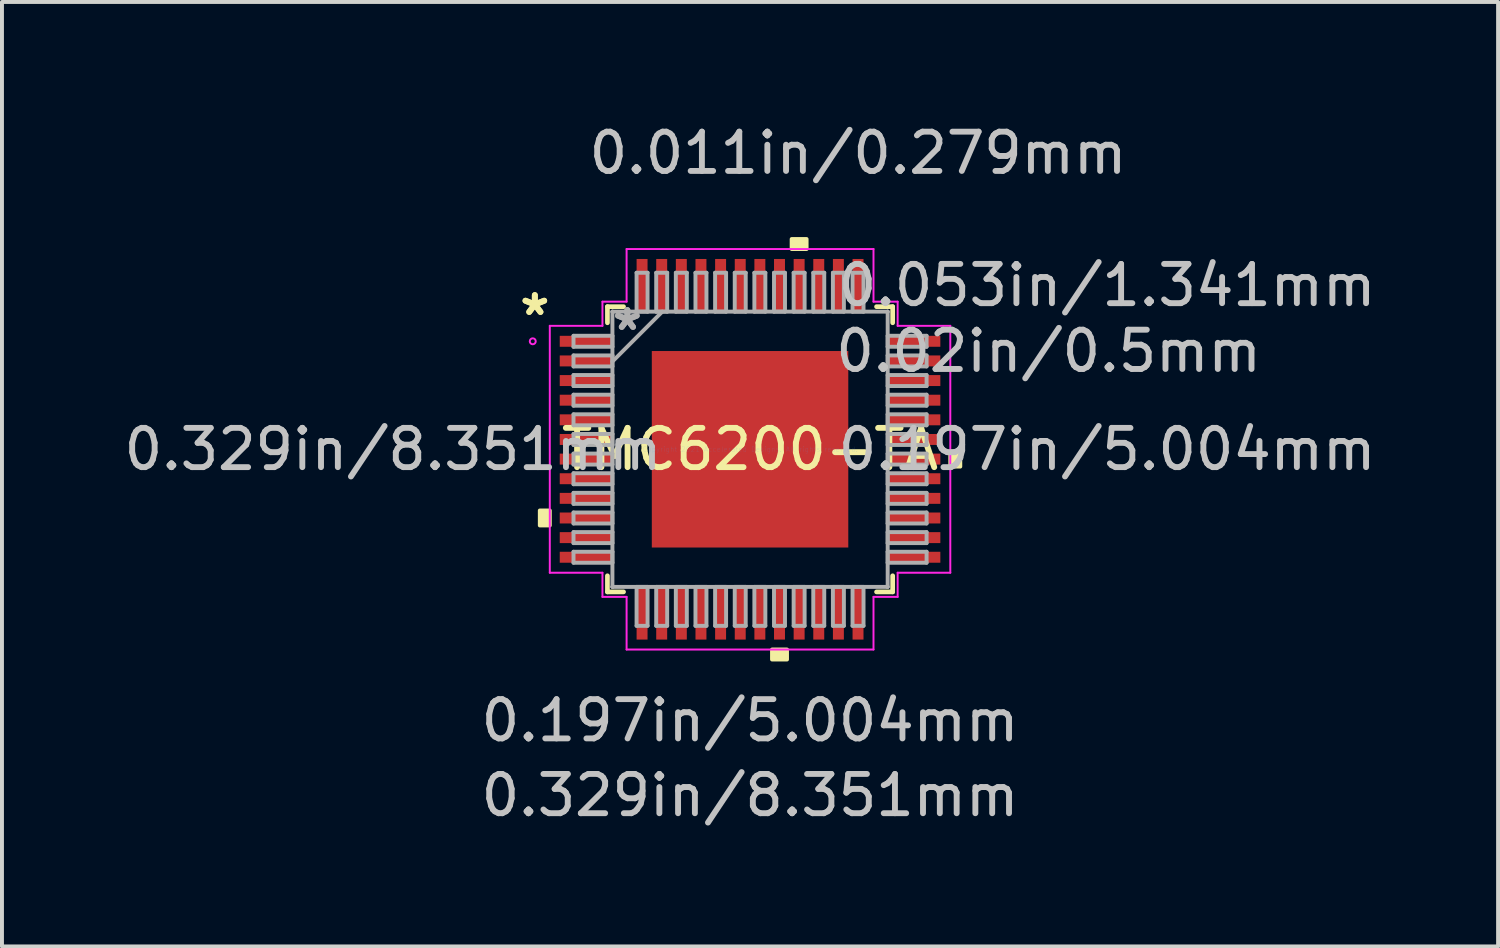
<source format=kicad_pcb>
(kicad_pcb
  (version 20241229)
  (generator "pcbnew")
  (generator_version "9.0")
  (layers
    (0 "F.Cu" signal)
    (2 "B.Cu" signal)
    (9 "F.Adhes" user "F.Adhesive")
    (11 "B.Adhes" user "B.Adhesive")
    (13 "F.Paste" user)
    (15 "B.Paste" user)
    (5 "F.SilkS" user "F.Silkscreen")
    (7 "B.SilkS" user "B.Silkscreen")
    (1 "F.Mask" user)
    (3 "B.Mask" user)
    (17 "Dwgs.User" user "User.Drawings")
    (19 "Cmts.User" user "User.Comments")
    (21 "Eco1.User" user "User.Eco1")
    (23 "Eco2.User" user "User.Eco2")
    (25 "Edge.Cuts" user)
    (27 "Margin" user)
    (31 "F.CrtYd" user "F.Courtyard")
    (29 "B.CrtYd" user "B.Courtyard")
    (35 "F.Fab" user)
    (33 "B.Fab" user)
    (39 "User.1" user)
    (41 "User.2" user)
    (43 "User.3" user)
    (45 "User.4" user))
  (footprint "TMC6200-TA"
    (layer "F.Cu")
    (at 16.052 8.392)
    (property "Reference" "TMC6200-TA" (at 0 0 0) (layer "F.SilkS") (effects (font (size 1 1) (thickness 0.15))))
    (attr through_hole)
    (fp_line (start -3.632 -3.632) (end -3.632 -3.222) (stroke (width 0.12) (type solid)) (layer "F.SilkS"))
    (fp_line (start -3.632 3.222) (end -3.632 3.632) (stroke (width 0.12) (type solid)) (layer "F.SilkS"))
    (fp_line (start -3.632 3.632) (end -3.222 3.632) (stroke (width 0.12) (type solid)) (layer "F.SilkS"))
    (fp_line (start -3.222 -3.632) (end -3.632 -3.632) (stroke (width 0.12) (type solid)) (layer "F.SilkS"))
    (fp_line (start 3.222 3.632) (end 3.632 3.632) (stroke (width 0.12) (type solid)) (layer "F.SilkS"))
    (fp_line (start 3.632 -3.632) (end 3.222 -3.632) (stroke (width 0.12) (type solid)) (layer "F.SilkS"))
    (fp_line (start 3.632 -3.222) (end 3.632 -3.632) (stroke (width 0.12) (type solid)) (layer "F.SilkS"))
    (fp_line (start 3.632 3.632) (end 3.632 3.222) (stroke (width 0.12) (type solid)) (layer "F.SilkS"))
    (fp_poly (pts (xy -5.354 1.559) (xy -5.354 1.94) (xy -5.1 1.94) (xy -5.1 1.559)) (stroke (width 0.1) (type solid)) (fill yes) (layer "F.SilkS"))
    (fp_poly (pts (xy 0.56 5.1) (xy 0.56 5.354) (xy 0.941 5.354) (xy 0.941 5.1)) (stroke (width 0.1) (type solid)) (fill yes) (layer "F.SilkS"))
    (fp_poly (pts (xy 1.06 -5.1) (xy 1.06 -5.354) (xy 1.44 -5.354) (xy 1.44 -5.1)) (stroke (width 0.1) (type solid)) (fill yes) (layer "F.SilkS"))
    (fp_poly (pts (xy 5.354 0.059) (xy 5.354 0.441) (xy 5.1 0.441) (xy 5.1 0.059)) (stroke (width 0.1) (type solid)) (fill yes) (layer "F.SilkS"))
    (fp_poly (pts (xy -2.402 -2.402) (xy -2.402 -0.934) (xy -0.934 -0.934) (xy -0.934 -2.402)) (stroke (width 0.1) (type solid)) (fill yes) (layer "F.Paste"))
    (fp_poly (pts (xy -2.402 -0.734) (xy -2.402 0.734) (xy -0.934 0.734) (xy -0.934 -0.734)) (stroke (width 0.1) (type solid)) (fill yes) (layer "F.Paste"))
    (fp_poly (pts (xy -2.402 0.934) (xy -2.402 2.402) (xy -0.934 2.402) (xy -0.934 0.934)) (stroke (width 0.1) (type solid)) (fill yes) (layer "F.Paste"))
    (fp_poly (pts (xy -0.734 -2.402) (xy -0.734 -0.934) (xy 0.734 -0.934) (xy 0.734 -2.402)) (stroke (width 0.1) (type solid)) (fill yes) (layer "F.Paste"))
    (fp_poly (pts (xy -0.734 -0.734) (xy -0.734 0.734) (xy 0.734 0.734) (xy 0.734 -0.734)) (stroke (width 0.1) (type solid)) (fill yes) (layer "F.Paste"))
    (fp_poly (pts (xy -0.734 0.934) (xy -0.734 2.402) (xy 0.734 2.402) (xy 0.734 0.934)) (stroke (width 0.1) (type solid)) (fill yes) (layer "F.Paste"))
    (fp_poly (pts (xy 0.934 -2.402) (xy 0.934 -0.934) (xy 2.402 -0.934) (xy 2.402 -2.402)) (stroke (width 0.1) (type solid)) (fill yes) (layer "F.Paste"))
    (fp_poly (pts (xy 0.934 -0.734) (xy 0.934 0.734) (xy 2.402 0.734) (xy 2.402 -0.734)) (stroke (width 0.1) (type solid)) (fill yes) (layer "F.Paste"))
    (fp_poly (pts (xy 0.934 0.934) (xy 0.934 2.402) (xy 2.402 2.402) (xy 2.402 0.934)) (stroke (width 0.1) (type solid)) (fill yes) (layer "F.Paste"))
    (fp_line (start -5.1 -3.144) (end -3.759 -3.144) (stroke (width 0.05) (type solid)) (layer "F.CrtYd"))
    (fp_line (start -5.1 3.144) (end -5.1 -3.144) (stroke (width 0.05) (type solid)) (layer "F.CrtYd"))
    (fp_line (start -3.759 -3.759) (end -3.144 -3.759) (stroke (width 0.05) (type solid)) (layer "F.CrtYd"))
    (fp_line (start -3.759 -3.144) (end -3.759 -3.759) (stroke (width 0.05) (type solid)) (layer "F.CrtYd"))
    (fp_line (start -3.759 3.144) (end -5.1 3.144) (stroke (width 0.05) (type solid)) (layer "F.CrtYd"))
    (fp_line (start -3.759 3.759) (end -3.759 3.144) (stroke (width 0.05) (type solid)) (layer "F.CrtYd"))
    (fp_line (start -3.144 -5.1) (end 3.144 -5.1) (stroke (width 0.05) (type solid)) (layer "F.CrtYd"))
    (fp_line (start -3.144 -3.759) (end -3.144 -5.1) (stroke (width 0.05) (type solid)) (layer "F.CrtYd"))
    (fp_line (start -3.144 3.759) (end -3.759 3.759) (stroke (width 0.05) (type solid)) (layer "F.CrtYd"))
    (fp_line (start -3.144 5.1) (end -3.144 3.759) (stroke (width 0.05) (type solid)) (layer "F.CrtYd"))
    (fp_line (start 3.144 -5.1) (end 3.144 -3.759) (stroke (width 0.05) (type solid)) (layer "F.CrtYd"))
    (fp_line (start 3.144 -3.759) (end 3.759 -3.759) (stroke (width 0.05) (type solid)) (layer "F.CrtYd"))
    (fp_line (start 3.144 3.759) (end 3.144 5.1) (stroke (width 0.05) (type solid)) (layer "F.CrtYd"))
    (fp_line (start 3.144 5.1) (end -3.144 5.1) (stroke (width 0.05) (type solid)) (layer "F.CrtYd"))
    (fp_line (start 3.759 -3.759) (end 3.759 -3.144) (stroke (width 0.05) (type solid)) (layer "F.CrtYd"))
    (fp_line (start 3.759 -3.144) (end 5.1 -3.144) (stroke (width 0.05) (type solid)) (layer "F.CrtYd"))
    (fp_line (start 3.759 3.144) (end 3.759 3.759) (stroke (width 0.05) (type solid)) (layer "F.CrtYd"))
    (fp_line (start 3.759 3.759) (end 3.144 3.759) (stroke (width 0.05) (type solid)) (layer "F.CrtYd"))
    (fp_line (start 5.1 -3.144) (end 5.1 3.144) (stroke (width 0.05) (type solid)) (layer "F.CrtYd"))
    (fp_line (start 5.1 3.144) (end 3.759 3.144) (stroke (width 0.05) (type solid)) (layer "F.CrtYd"))
    (fp_circle (center -5.534 -2.75) (end -5.458 -2.75) (stroke (width 0.05) (type solid)) (fill no) (layer "F.CrtYd"))
    (fp_line (start -4.496 -2.89) (end -4.496 -2.61) (stroke (width 0.1) (type solid)) (layer "F.Fab"))
    (fp_line (start -4.496 -2.61) (end -3.505 -2.61) (stroke (width 0.1) (type solid)) (layer "F.Fab"))
    (fp_line (start -4.496 -2.39) (end -4.496 -2.11) (stroke (width 0.1) (type solid)) (layer "F.Fab"))
    (fp_line (start -4.496 -2.11) (end -3.505 -2.11) (stroke (width 0.1) (type solid)) (layer "F.Fab"))
    (fp_line (start -4.496 -1.89) (end -4.496 -1.61) (stroke (width 0.1) (type solid)) (layer "F.Fab"))
    (fp_line (start -4.496 -1.61) (end -3.505 -1.61) (stroke (width 0.1) (type solid)) (layer "F.Fab"))
    (fp_line (start -4.496 -1.39) (end -4.496 -1.11) (stroke (width 0.1) (type solid)) (layer "F.Fab"))
    (fp_line (start -4.496 -1.11) (end -3.505 -1.11) (stroke (width 0.1) (type solid)) (layer "F.Fab"))
    (fp_line (start -4.496 -0.89) (end -4.496 -0.61) (stroke (width 0.1) (type solid)) (layer "F.Fab"))
    (fp_line (start -4.496 -0.61) (end -3.505 -0.61) (stroke (width 0.1) (type solid)) (layer "F.Fab"))
    (fp_line (start -4.496 -0.39) (end -4.496 -0.11) (stroke (width 0.1) (type solid)) (layer "F.Fab"))
    (fp_line (start -4.496 -0.11) (end -3.505 -0.11) (stroke (width 0.1) (type solid)) (layer "F.Fab"))
    (fp_line (start -4.496 0.11) (end -4.496 0.39) (stroke (width 0.1) (type solid)) (layer "F.Fab"))
    (fp_line (start -4.496 0.39) (end -3.505 0.39) (stroke (width 0.1) (type solid)) (layer "F.Fab"))
    (fp_line (start -4.496 0.61) (end -4.496 0.89) (stroke (width 0.1) (type solid)) (layer "F.Fab"))
    (fp_line (start -4.496 0.89) (end -3.505 0.89) (stroke (width 0.1) (type solid)) (layer "F.Fab"))
    (fp_line (start -4.496 1.11) (end -4.496 1.39) (stroke (width 0.1) (type solid)) (layer "F.Fab"))
    (fp_line (start -4.496 1.39) (end -3.505 1.39) (stroke (width 0.1) (type solid)) (layer "F.Fab"))
    (fp_line (start -4.496 1.61) (end -4.496 1.89) (stroke (width 0.1) (type solid)) (layer "F.Fab"))
    (fp_line (start -4.496 1.89) (end -3.505 1.89) (stroke (width 0.1) (type solid)) (layer "F.Fab"))
    (fp_line (start -4.496 2.11) (end -4.496 2.39) (stroke (width 0.1) (type solid)) (layer "F.Fab"))
    (fp_line (start -4.496 2.39) (end -3.505 2.39) (stroke (width 0.1) (type solid)) (layer "F.Fab"))
    (fp_line (start -4.496 2.61) (end -4.496 2.89) (stroke (width 0.1) (type solid)) (layer "F.Fab"))
    (fp_line (start -4.496 2.89) (end -3.505 2.89) (stroke (width 0.1) (type solid)) (layer "F.Fab"))
    (fp_line (start -3.505 -3.505) (end -3.505 -3.505) (stroke (width 0.1) (type solid)) (layer "F.Fab"))
    (fp_line (start -3.505 -3.505) (end -3.505 3.505) (stroke (width 0.1) (type solid)) (layer "F.Fab"))
    (fp_line (start -3.505 -2.89) (end -4.496 -2.89) (stroke (width 0.1) (type solid)) (layer "F.Fab"))
    (fp_line (start -3.505 -2.61) (end -3.505 -2.89) (stroke (width 0.1) (type solid)) (layer "F.Fab"))
    (fp_line (start -3.505 -2.39) (end -4.496 -2.39) (stroke (width 0.1) (type solid)) (layer "F.Fab"))
    (fp_line (start -3.505 -2.235) (end -2.235 -3.505) (stroke (width 0.1) (type solid)) (layer "F.Fab"))
    (fp_line (start -3.505 -2.11) (end -3.505 -2.39) (stroke (width 0.1) (type solid)) (layer "F.Fab"))
    (fp_line (start -3.505 -1.89) (end -4.496 -1.89) (stroke (width 0.1) (type solid)) (layer "F.Fab"))
    (fp_line (start -3.505 -1.61) (end -3.505 -1.89) (stroke (width 0.1) (type solid)) (layer "F.Fab"))
    (fp_line (start -3.505 -1.39) (end -4.496 -1.39) (stroke (width 0.1) (type solid)) (layer "F.Fab"))
    (fp_line (start -3.505 -1.11) (end -3.505 -1.39) (stroke (width 0.1) (type solid)) (layer "F.Fab"))
    (fp_line (start -3.505 -0.89) (end -4.496 -0.89) (stroke (width 0.1) (type solid)) (layer "F.Fab"))
    (fp_line (start -3.505 -0.61) (end -3.505 -0.89) (stroke (width 0.1) (type solid)) (layer "F.Fab"))
    (fp_line (start -3.505 -0.39) (end -4.496 -0.39) (stroke (width 0.1) (type solid)) (layer "F.Fab"))
    (fp_line (start -3.505 -0.11) (end -3.505 -0.39) (stroke (width 0.1) (type solid)) (layer "F.Fab"))
    (fp_line (start -3.505 0.11) (end -4.496 0.11) (stroke (width 0.1) (type solid)) (layer "F.Fab"))
    (fp_line (start -3.505 0.39) (end -3.505 0.11) (stroke (width 0.1) (type solid)) (layer "F.Fab"))
    (fp_line (start -3.505 0.61) (end -4.496 0.61) (stroke (width 0.1) (type solid)) (layer "F.Fab"))
    (fp_line (start -3.505 0.89) (end -3.505 0.61) (stroke (width 0.1) (type solid)) (layer "F.Fab"))
    (fp_line (start -3.505 1.11) (end -4.496 1.11) (stroke (width 0.1) (type solid)) (layer "F.Fab"))
    (fp_line (start -3.505 1.39) (end -3.505 1.11) (stroke (width 0.1) (type solid)) (layer "F.Fab"))
    (fp_line (start -3.505 1.61) (end -4.496 1.61) (stroke (width 0.1) (type solid)) (layer "F.Fab"))
    (fp_line (start -3.505 1.89) (end -3.505 1.61) (stroke (width 0.1) (type solid)) (layer "F.Fab"))
    (fp_line (start -3.505 2.11) (end -4.496 2.11) (stroke (width 0.1) (type solid)) (layer "F.Fab"))
    (fp_line (start -3.505 2.39) (end -3.505 2.11) (stroke (width 0.1) (type solid)) (layer "F.Fab"))
    (fp_line (start -3.505 2.61) (end -4.496 2.61) (stroke (width 0.1) (type solid)) (layer "F.Fab"))
    (fp_line (start -3.505 2.89) (end -3.505 2.61) (stroke (width 0.1) (type solid)) (layer "F.Fab"))
    (fp_line (start -3.505 3.505) (end -3.505 3.505) (stroke (width 0.1) (type solid)) (layer "F.Fab"))
    (fp_line (start -3.505 3.505) (end 3.505 3.505) (stroke (width 0.1) (type solid)) (layer "F.Fab"))
    (fp_line (start -2.89 -4.496) (end -2.89 -3.505) (stroke (width 0.1) (type solid)) (layer "F.Fab"))
    (fp_line (start -2.89 -3.505) (end -2.61 -3.505) (stroke (width 0.1) (type solid)) (layer "F.Fab"))
    (fp_line (start -2.89 3.505) (end -2.89 4.496) (stroke (width 0.1) (type solid)) (layer "F.Fab"))
    (fp_line (start -2.89 4.496) (end -2.61 4.496) (stroke (width 0.1) (type solid)) (layer "F.Fab"))
    (fp_line (start -2.61 -4.496) (end -2.89 -4.496) (stroke (width 0.1) (type solid)) (layer "F.Fab"))
    (fp_line (start -2.61 -3.505) (end -2.61 -4.496) (stroke (width 0.1) (type solid)) (layer "F.Fab"))
    (fp_line (start -2.61 3.505) (end -2.89 3.505) (stroke (width 0.1) (type solid)) (layer "F.Fab"))
    (fp_line (start -2.61 4.496) (end -2.61 3.505) (stroke (width 0.1) (type solid)) (layer "F.Fab"))
    (fp_line (start -2.39 -4.496) (end -2.39 -3.505) (stroke (width 0.1) (type solid)) (layer "F.Fab"))
    (fp_line (start -2.39 -3.505) (end -2.11 -3.505) (stroke (width 0.1) (type solid)) (layer "F.Fab"))
    (fp_line (start -2.39 3.505) (end -2.39 4.496) (stroke (width 0.1) (type solid)) (layer "F.Fab"))
    (fp_line (start -2.39 4.496) (end -2.11 4.496) (stroke (width 0.1) (type solid)) (layer "F.Fab"))
    (fp_line (start -2.11 -4.496) (end -2.39 -4.496) (stroke (width 0.1) (type solid)) (layer "F.Fab"))
    (fp_line (start -2.11 -3.505) (end -2.11 -4.496) (stroke (width 0.1) (type solid)) (layer "F.Fab"))
    (fp_line (start -2.11 3.505) (end -2.39 3.505) (stroke (width 0.1) (type solid)) (layer "F.Fab"))
    (fp_line (start -2.11 4.496) (end -2.11 3.505) (stroke (width 0.1) (type solid)) (layer "F.Fab"))
    (fp_line (start -1.89 -4.496) (end -1.89 -3.505) (stroke (width 0.1) (type solid)) (layer "F.Fab"))
    (fp_line (start -1.89 -3.505) (end -1.61 -3.505) (stroke (width 0.1) (type solid)) (layer "F.Fab"))
    (fp_line (start -1.89 3.505) (end -1.89 4.496) (stroke (width 0.1) (type solid)) (layer "F.Fab"))
    (fp_line (start -1.89 4.496) (end -1.61 4.496) (stroke (width 0.1) (type solid)) (layer "F.Fab"))
    (fp_line (start -1.61 -4.496) (end -1.89 -4.496) (stroke (width 0.1) (type solid)) (layer "F.Fab"))
    (fp_line (start -1.61 -3.505) (end -1.61 -4.496) (stroke (width 0.1) (type solid)) (layer "F.Fab"))
    (fp_line (start -1.61 3.505) (end -1.89 3.505) (stroke (width 0.1) (type solid)) (layer "F.Fab"))
    (fp_line (start -1.61 4.496) (end -1.61 3.505) (stroke (width 0.1) (type solid)) (layer "F.Fab"))
    (fp_line (start -1.39 -4.496) (end -1.39 -3.505) (stroke (width 0.1) (type solid)) (layer "F.Fab"))
    (fp_line (start -1.39 -3.505) (end -1.11 -3.505) (stroke (width 0.1) (type solid)) (layer "F.Fab"))
    (fp_line (start -1.39 3.505) (end -1.39 4.496) (stroke (width 0.1) (type solid)) (layer "F.Fab"))
    (fp_line (start -1.39 4.496) (end -1.11 4.496) (stroke (width 0.1) (type solid)) (layer "F.Fab"))
    (fp_line (start -1.11 -4.496) (end -1.39 -4.496) (stroke (width 0.1) (type solid)) (layer "F.Fab"))
    (fp_line (start -1.11 -3.505) (end -1.11 -4.496) (stroke (width 0.1) (type solid)) (layer "F.Fab"))
    (fp_line (start -1.11 3.505) (end -1.39 3.505) (stroke (width 0.1) (type solid)) (layer "F.Fab"))
    (fp_line (start -1.11 4.496) (end -1.11 3.505) (stroke (width 0.1) (type solid)) (layer "F.Fab"))
    (fp_line (start -0.89 -4.496) (end -0.89 -3.505) (stroke (width 0.1) (type solid)) (layer "F.Fab"))
    (fp_line (start -0.89 -3.505) (end -0.61 -3.505) (stroke (width 0.1) (type solid)) (layer "F.Fab"))
    (fp_line (start -0.89 3.505) (end -0.89 4.496) (stroke (width 0.1) (type solid)) (layer "F.Fab"))
    (fp_line (start -0.89 4.496) (end -0.61 4.496) (stroke (width 0.1) (type solid)) (layer "F.Fab"))
    (fp_line (start -0.61 -4.496) (end -0.89 -4.496) (stroke (width 0.1) (type solid)) (layer "F.Fab"))
    (fp_line (start -0.61 -3.505) (end -0.61 -4.496) (stroke (width 0.1) (type solid)) (layer "F.Fab"))
    (fp_line (start -0.61 3.505) (end -0.89 3.505) (stroke (width 0.1) (type solid)) (layer "F.Fab"))
    (fp_line (start -0.61 4.496) (end -0.61 3.505) (stroke (width 0.1) (type solid)) (layer "F.Fab"))
    (fp_line (start -0.39 -4.496) (end -0.39 -3.505) (stroke (width 0.1) (type solid)) (layer "F.Fab"))
    (fp_line (start -0.39 -3.505) (end -0.11 -3.505) (stroke (width 0.1) (type solid)) (layer "F.Fab"))
    (fp_line (start -0.39 3.505) (end -0.39 4.496) (stroke (width 0.1) (type solid)) (layer "F.Fab"))
    (fp_line (start -0.39 4.496) (end -0.11 4.496) (stroke (width 0.1) (type solid)) (layer "F.Fab"))
    (fp_line (start -0.11 -4.496) (end -0.39 -4.496) (stroke (width 0.1) (type solid)) (layer "F.Fab"))
    (fp_line (start -0.11 -3.505) (end -0.11 -4.496) (stroke (width 0.1) (type solid)) (layer "F.Fab"))
    (fp_line (start -0.11 3.505) (end -0.39 3.505) (stroke (width 0.1) (type solid)) (layer "F.Fab"))
    (fp_line (start -0.11 4.496) (end -0.11 3.505) (stroke (width 0.1) (type solid)) (layer "F.Fab"))
    (fp_line (start 0.11 -4.496) (end 0.11 -3.505) (stroke (width 0.1) (type solid)) (layer "F.Fab"))
    (fp_line (start 0.11 -3.505) (end 0.39 -3.505) (stroke (width 0.1) (type solid)) (layer "F.Fab"))
    (fp_line (start 0.11 3.505) (end 0.11 4.496) (stroke (width 0.1) (type solid)) (layer "F.Fab"))
    (fp_line (start 0.11 4.496) (end 0.39 4.496) (stroke (width 0.1) (type solid)) (layer "F.Fab"))
    (fp_line (start 0.39 -4.496) (end 0.11 -4.496) (stroke (width 0.1) (type solid)) (layer "F.Fab"))
    (fp_line (start 0.39 -3.505) (end 0.39 -4.496) (stroke (width 0.1) (type solid)) (layer "F.Fab"))
    (fp_line (start 0.39 3.505) (end 0.11 3.505) (stroke (width 0.1) (type solid)) (layer "F.Fab"))
    (fp_line (start 0.39 4.496) (end 0.39 3.505) (stroke (width 0.1) (type solid)) (layer "F.Fab"))
    (fp_line (start 0.61 -4.496) (end 0.61 -3.505) (stroke (width 0.1) (type solid)) (layer "F.Fab"))
    (fp_line (start 0.61 -3.505) (end 0.89 -3.505) (stroke (width 0.1) (type solid)) (layer "F.Fab"))
    (fp_line (start 0.61 3.505) (end 0.61 4.496) (stroke (width 0.1) (type solid)) (layer "F.Fab"))
    (fp_line (start 0.61 4.496) (end 0.89 4.496) (stroke (width 0.1) (type solid)) (layer "F.Fab"))
    (fp_line (start 0.89 -4.496) (end 0.61 -4.496) (stroke (width 0.1) (type solid)) (layer "F.Fab"))
    (fp_line (start 0.89 -3.505) (end 0.89 -4.496) (stroke (width 0.1) (type solid)) (layer "F.Fab"))
    (fp_line (start 0.89 3.505) (end 0.61 3.505) (stroke (width 0.1) (type solid)) (layer "F.Fab"))
    (fp_line (start 0.89 4.496) (end 0.89 3.505) (stroke (width 0.1) (type solid)) (layer "F.Fab"))
    (fp_line (start 1.11 -4.496) (end 1.11 -3.505) (stroke (width 0.1) (type solid)) (layer "F.Fab"))
    (fp_line (start 1.11 -3.505) (end 1.39 -3.505) (stroke (width 0.1) (type solid)) (layer "F.Fab"))
    (fp_line (start 1.11 3.505) (end 1.11 4.496) (stroke (width 0.1) (type solid)) (layer "F.Fab"))
    (fp_line (start 1.11 4.496) (end 1.39 4.496) (stroke (width 0.1) (type solid)) (layer "F.Fab"))
    (fp_line (start 1.39 -4.496) (end 1.11 -4.496) (stroke (width 0.1) (type solid)) (layer "F.Fab"))
    (fp_line (start 1.39 -3.505) (end 1.39 -4.496) (stroke (width 0.1) (type solid)) (layer "F.Fab"))
    (fp_line (start 1.39 3.505) (end 1.11 3.505) (stroke (width 0.1) (type solid)) (layer "F.Fab"))
    (fp_line (start 1.39 4.496) (end 1.39 3.505) (stroke (width 0.1) (type solid)) (layer "F.Fab"))
    (fp_line (start 1.61 -4.496) (end 1.61 -3.505) (stroke (width 0.1) (type solid)) (layer "F.Fab"))
    (fp_line (start 1.61 -3.505) (end 1.89 -3.505) (stroke (width 0.1) (type solid)) (layer "F.Fab"))
    (fp_line (start 1.61 3.505) (end 1.61 4.496) (stroke (width 0.1) (type solid)) (layer "F.Fab"))
    (fp_line (start 1.61 4.496) (end 1.89 4.496) (stroke (width 0.1) (type solid)) (layer "F.Fab"))
    (fp_line (start 1.89 -4.496) (end 1.61 -4.496) (stroke (width 0.1) (type solid)) (layer "F.Fab"))
    (fp_line (start 1.89 -3.505) (end 1.89 -4.496) (stroke (width 0.1) (type solid)) (layer "F.Fab"))
    (fp_line (start 1.89 3.505) (end 1.61 3.505) (stroke (width 0.1) (type solid)) (layer "F.Fab"))
    (fp_line (start 1.89 4.496) (end 1.89 3.505) (stroke (width 0.1) (type solid)) (layer "F.Fab"))
    (fp_line (start 2.11 -4.496) (end 2.11 -3.505) (stroke (width 0.1) (type solid)) (layer "F.Fab"))
    (fp_line (start 2.11 -3.505) (end 2.39 -3.505) (stroke (width 0.1) (type solid)) (layer "F.Fab"))
    (fp_line (start 2.11 3.505) (end 2.11 4.496) (stroke (width 0.1) (type solid)) (layer "F.Fab"))
    (fp_line (start 2.11 4.496) (end 2.39 4.496) (stroke (width 0.1) (type solid)) (layer "F.Fab"))
    (fp_line (start 2.39 -4.496) (end 2.11 -4.496) (stroke (width 0.1) (type solid)) (layer "F.Fab"))
    (fp_line (start 2.39 -3.505) (end 2.39 -4.496) (stroke (width 0.1) (type solid)) (layer "F.Fab"))
    (fp_line (start 2.39 3.505) (end 2.11 3.505) (stroke (width 0.1) (type solid)) (layer "F.Fab"))
    (fp_line (start 2.39 4.496) (end 2.39 3.505) (stroke (width 0.1) (type solid)) (layer "F.Fab"))
    (fp_line (start 2.61 -4.496) (end 2.61 -3.505) (stroke (width 0.1) (type solid)) (layer "F.Fab"))
    (fp_line (start 2.61 -3.505) (end 2.89 -3.505) (stroke (width 0.1) (type solid)) (layer "F.Fab"))
    (fp_line (start 2.61 3.505) (end 2.61 4.496) (stroke (width 0.1) (type solid)) (layer "F.Fab"))
    (fp_line (start 2.61 4.496) (end 2.89 4.496) (stroke (width 0.1) (type solid)) (layer "F.Fab"))
    (fp_line (start 2.89 -4.496) (end 2.61 -4.496) (stroke (width 0.1) (type solid)) (layer "F.Fab"))
    (fp_line (start 2.89 -3.505) (end 2.89 -4.496) (stroke (width 0.1) (type solid)) (layer "F.Fab"))
    (fp_line (start 2.89 3.505) (end 2.61 3.505) (stroke (width 0.1) (type solid)) (layer "F.Fab"))
    (fp_line (start 2.89 4.496) (end 2.89 3.505) (stroke (width 0.1) (type solid)) (layer "F.Fab"))
    (fp_line (start 3.505 -3.505) (end -3.505 -3.505) (stroke (width 0.1) (type solid)) (layer "F.Fab"))
    (fp_line (start 3.505 -3.505) (end 3.505 -3.505) (stroke (width 0.1) (type solid)) (layer "F.Fab"))
    (fp_line (start 3.505 -2.89) (end 3.505 -2.61) (stroke (width 0.1) (type solid)) (layer "F.Fab"))
    (fp_line (start 3.505 -2.61) (end 4.496 -2.61) (stroke (width 0.1) (type solid)) (layer "F.Fab"))
    (fp_line (start 3.505 -2.39) (end 3.505 -2.11) (stroke (width 0.1) (type solid)) (layer "F.Fab"))
    (fp_line (start 3.505 -2.11) (end 4.496 -2.11) (stroke (width 0.1) (type solid)) (layer "F.Fab"))
    (fp_line (start 3.505 -1.89) (end 3.505 -1.61) (stroke (width 0.1) (type solid)) (layer "F.Fab"))
    (fp_line (start 3.505 -1.61) (end 4.496 -1.61) (stroke (width 0.1) (type solid)) (layer "F.Fab"))
    (fp_line (start 3.505 -1.39) (end 3.505 -1.11) (stroke (width 0.1) (type solid)) (layer "F.Fab"))
    (fp_line (start 3.505 -1.11) (end 4.496 -1.11) (stroke (width 0.1) (type solid)) (layer "F.Fab"))
    (fp_line (start 3.505 -0.89) (end 3.505 -0.61) (stroke (width 0.1) (type solid)) (layer "F.Fab"))
    (fp_line (start 3.505 -0.61) (end 4.496 -0.61) (stroke (width 0.1) (type solid)) (layer "F.Fab"))
    (fp_line (start 3.505 -0.39) (end 3.505 -0.11) (stroke (width 0.1) (type solid)) (layer "F.Fab"))
    (fp_line (start 3.505 -0.11) (end 4.496 -0.11) (stroke (width 0.1) (type solid)) (layer "F.Fab"))
    (fp_line (start 3.505 0.11) (end 3.505 0.39) (stroke (width 0.1) (type solid)) (layer "F.Fab"))
    (fp_line (start 3.505 0.39) (end 4.496 0.39) (stroke (width 0.1) (type solid)) (layer "F.Fab"))
    (fp_line (start 3.505 0.61) (end 3.505 0.89) (stroke (width 0.1) (type solid)) (layer "F.Fab"))
    (fp_line (start 3.505 0.89) (end 4.496 0.89) (stroke (width 0.1) (type solid)) (layer "F.Fab"))
    (fp_line (start 3.505 1.11) (end 3.505 1.39) (stroke (width 0.1) (type solid)) (layer "F.Fab"))
    (fp_line (start 3.505 1.39) (end 4.496 1.39) (stroke (width 0.1) (type solid)) (layer "F.Fab"))
    (fp_line (start 3.505 1.61) (end 3.505 1.89) (stroke (width 0.1) (type solid)) (layer "F.Fab"))
    (fp_line (start 3.505 1.89) (end 4.496 1.89) (stroke (width 0.1) (type solid)) (layer "F.Fab"))
    (fp_line (start 3.505 2.11) (end 3.505 2.39) (stroke (width 0.1) (type solid)) (layer "F.Fab"))
    (fp_line (start 3.505 2.39) (end 4.496 2.39) (stroke (width 0.1) (type solid)) (layer "F.Fab"))
    (fp_line (start 3.505 2.61) (end 3.505 2.89) (stroke (width 0.1) (type solid)) (layer "F.Fab"))
    (fp_line (start 3.505 2.89) (end 4.496 2.89) (stroke (width 0.1) (type solid)) (layer "F.Fab"))
    (fp_line (start 3.505 3.505) (end 3.505 -3.505) (stroke (width 0.1) (type solid)) (layer "F.Fab"))
    (fp_line (start 3.505 3.505) (end 3.505 3.505) (stroke (width 0.1) (type solid)) (layer "F.Fab"))
    (fp_line (start 4.496 -2.89) (end 3.505 -2.89) (stroke (width 0.1) (type solid)) (layer "F.Fab"))
    (fp_line (start 4.496 -2.61) (end 4.496 -2.89) (stroke (width 0.1) (type solid)) (layer "F.Fab"))
    (fp_line (start 4.496 -2.39) (end 3.505 -2.39) (stroke (width 0.1) (type solid)) (layer "F.Fab"))
    (fp_line (start 4.496 -2.11) (end 4.496 -2.39) (stroke (width 0.1) (type solid)) (layer "F.Fab"))
    (fp_line (start 4.496 -1.89) (end 3.505 -1.89) (stroke (width 0.1) (type solid)) (layer "F.Fab"))
    (fp_line (start 4.496 -1.61) (end 4.496 -1.89) (stroke (width 0.1) (type solid)) (layer "F.Fab"))
    (fp_line (start 4.496 -1.39) (end 3.505 -1.39) (stroke (width 0.1) (type solid)) (layer "F.Fab"))
    (fp_line (start 4.496 -1.11) (end 4.496 -1.39) (stroke (width 0.1) (type solid)) (layer "F.Fab"))
    (fp_line (start 4.496 -0.89) (end 3.505 -0.89) (stroke (width 0.1) (type solid)) (layer "F.Fab"))
    (fp_line (start 4.496 -0.61) (end 4.496 -0.89) (stroke (width 0.1) (type solid)) (layer "F.Fab"))
    (fp_line (start 4.496 -0.39) (end 3.505 -0.39) (stroke (width 0.1) (type solid)) (layer "F.Fab"))
    (fp_line (start 4.496 -0.11) (end 4.496 -0.39) (stroke (width 0.1) (type solid)) (layer "F.Fab"))
    (fp_line (start 4.496 0.11) (end 3.505 0.11) (stroke (width 0.1) (type solid)) (layer "F.Fab"))
    (fp_line (start 4.496 0.39) (end 4.496 0.11) (stroke (width 0.1) (type solid)) (layer "F.Fab"))
    (fp_line (start 4.496 0.61) (end 3.505 0.61) (stroke (width 0.1) (type solid)) (layer "F.Fab"))
    (fp_line (start 4.496 0.89) (end 4.496 0.61) (stroke (width 0.1) (type solid)) (layer "F.Fab"))
    (fp_line (start 4.496 1.11) (end 3.505 1.11) (stroke (width 0.1) (type solid)) (layer "F.Fab"))
    (fp_line (start 4.496 1.39) (end 4.496 1.11) (stroke (width 0.1) (type solid)) (layer "F.Fab"))
    (fp_line (start 4.496 1.61) (end 3.505 1.61) (stroke (width 0.1) (type solid)) (layer "F.Fab"))
    (fp_line (start 4.496 1.89) (end 4.496 1.61) (stroke (width 0.1) (type solid)) (layer "F.Fab"))
    (fp_line (start 4.496 2.11) (end 3.505 2.11) (stroke (width 0.1) (type solid)) (layer "F.Fab"))
    (fp_line (start 4.496 2.39) (end 4.496 2.11) (stroke (width 0.1) (type solid)) (layer "F.Fab"))
    (fp_line (start 4.496 2.61) (end 3.505 2.61) (stroke (width 0.1) (type solid)) (layer "F.Fab"))
    (fp_line (start 4.496 2.89) (end 4.496 2.61) (stroke (width 0.1) (type solid)) (layer "F.Fab"))
    (fp_text user "*" (at -5.481 -3.381 0) (layer "F.SilkS") (effects (font (size 1 1) (thickness 0.15))))
    (fp_text user "*" (at -5.481 -3.381 0) (layer "F.SilkS") (effects (font (size 1 1) (thickness 0.15))))
    (fp_text user "0.329in/8.351mm" (at -9.093 0 0) (layer "Dwgs.User") (effects (font (size 1 1) (thickness 0.15))))
    (fp_text user "0.329in/8.351mm" (at 0 8.814 0) (layer "Dwgs.User") (effects (font (size 1 1) (thickness 0.15))))
    (fp_text user "0.197in/5.004mm" (at 9.093 0 0) (layer "Dwgs.User") (effects (font (size 1 1) (thickness 0.15))))
    (fp_text user "0.011in/0.279mm" (at 2.75 -7.544 0) (layer "Dwgs.User") (effects (font (size 1 1) (thickness 0.15))))
    (fp_text user "0.02in/0.5mm" (at 7.604 -2.5 0) (layer "Dwgs.User") (effects (font (size 1 1) (thickness 0.15))))
    (fp_text user "0.053in/1.341mm" (at 9.093 -4.176 0) (layer "Dwgs.User") (effects (font (size 1 1) (thickness 0.15))))
    (fp_text user "0.197in/5.004mm" (at 0 6.909 0) (layer "Dwgs.User") (effects (font (size 1 1) (thickness 0.15))))
    (fp_text user "Copyright 2021 Accelerated Designs. All rights reserved." (at 0 0 0) (layer "Cmts.User") (effects (font (size 0.127 0.127) (thickness 0.002))))
    (fp_text user "*" (at -3.124 -3 0) (layer "F.Fab") (effects (font (size 1 1) (thickness 0.15))))
    (fp_text user "*" (at -3.124 -3 0) (layer "F.Fab") (effects (font (size 1 1) (thickness 0.15))))
    (pad "1" smd rect (at -4.176 -2.75 90) (size 0.279 1.341) (layers "F.Cu" "F.Mask" "F.Paste"))
    (pad "2" smd rect (at -4.176 -2.25 90) (size 0.279 1.341) (layers "F.Cu" "F.Mask" "F.Paste"))
    (pad "3" smd rect (at -4.176 -1.75 90) (size 0.279 1.341) (layers "F.Cu" "F.Mask" "F.Paste"))
    (pad "4" smd rect (at -4.176 -1.25 90) (size 0.279 1.341) (layers "F.Cu" "F.Mask" "F.Paste"))
    (pad "5" smd rect (at -4.176 -0.75 90) (size 0.279 1.341) (layers "F.Cu" "F.Mask" "F.Paste"))
    (pad "6" smd rect (at -4.176 -0.25 90) (size 0.279 1.341) (layers "F.Cu" "F.Mask" "F.Paste"))
    (pad "7" smd rect (at -4.176 0.25 90) (size 0.279 1.341) (layers "F.Cu" "F.Mask" "F.Paste"))
    (pad "8" smd rect (at -4.176 0.75 90) (size 0.279 1.341) (layers "F.Cu" "F.Mask" "F.Paste"))
    (pad "9" smd rect (at -4.176 1.25 90) (size 0.279 1.341) (layers "F.Cu" "F.Mask" "F.Paste"))
    (pad "10" smd rect (at -4.176 1.75 90) (size 0.279 1.341) (layers "F.Cu" "F.Mask" "F.Paste"))
    (pad "11" smd rect (at -4.176 2.25 90) (size 0.279 1.341) (layers "F.Cu" "F.Mask" "F.Paste"))
    (pad "12" smd rect (at -4.176 2.75 90) (size 0.279 1.341) (layers "F.Cu" "F.Mask" "F.Paste"))
    (pad "13" smd rect (at -2.75 4.176) (size 0.279 1.341) (layers "F.Cu" "F.Mask" "F.Paste"))
    (pad "14" smd rect (at -2.25 4.176) (size 0.279 1.341) (layers "F.Cu" "F.Mask" "F.Paste"))
    (pad "15" smd rect (at -1.75 4.176) (size 0.279 1.341) (layers "F.Cu" "F.Mask" "F.Paste"))
    (pad "16" smd rect (at -1.25 4.176) (size 0.279 1.341) (layers "F.Cu" "F.Mask" "F.Paste"))
    (pad "17" smd rect (at -0.75 4.176) (size 0.279 1.341) (layers "F.Cu" "F.Mask" "F.Paste"))
    (pad "18" smd rect (at -0.25 4.176) (size 0.279 1.341) (layers "F.Cu" "F.Mask" "F.Paste"))
    (pad "19" smd rect (at 0.25 4.176) (size 0.279 1.341) (layers "F.Cu" "F.Mask" "F.Paste"))
    (pad "20" smd rect (at 0.75 4.176) (size 0.279 1.341) (layers "F.Cu" "F.Mask" "F.Paste"))
    (pad "21" smd rect (at 1.25 4.176) (size 0.279 1.341) (layers "F.Cu" "F.Mask" "F.Paste"))
    (pad "22" smd rect (at 1.75 4.176) (size 0.279 1.341) (layers "F.Cu" "F.Mask" "F.Paste"))
    (pad "23" smd rect (at 2.25 4.176) (size 0.279 1.341) (layers "F.Cu" "F.Mask" "F.Paste"))
    (pad "24" smd rect (at 2.75 4.176) (size 0.279 1.341) (layers "F.Cu" "F.Mask" "F.Paste"))
    (pad "25" smd rect (at 4.176 2.75 90) (size 0.279 1.341) (layers "F.Cu" "F.Mask" "F.Paste"))
    (pad "26" smd rect (at 4.176 2.25 90) (size 0.279 1.341) (layers "F.Cu" "F.Mask" "F.Paste"))
    (pad "27" smd rect (at 4.176 1.75 90) (size 0.279 1.341) (layers "F.Cu" "F.Mask" "F.Paste"))
    (pad "28" smd rect (at 4.176 1.25 90) (size 0.279 1.341) (layers "F.Cu" "F.Mask" "F.Paste"))
    (pad "29" smd rect (at 4.176 0.75 90) (size 0.279 1.341) (layers "F.Cu" "F.Mask" "F.Paste"))
    (pad "30" smd rect (at 4.176 0.25 90) (size 0.279 1.341) (layers "F.Cu" "F.Mask" "F.Paste"))
    (pad "31" smd rect (at 4.176 -0.25 90) (size 0.279 1.341) (layers "F.Cu" "F.Mask" "F.Paste"))
    (pad "32" smd rect (at 4.176 -0.75 90) (size 0.279 1.341) (layers "F.Cu" "F.Mask" "F.Paste"))
    (pad "33" smd rect (at 4.176 -1.25 90) (size 0.279 1.341) (layers "F.Cu" "F.Mask" "F.Paste"))
    (pad "34" smd rect (at 4.176 -1.75 90) (size 0.279 1.341) (layers "F.Cu" "F.Mask" "F.Paste"))
    (pad "35" smd rect (at 4.176 -2.25 90) (size 0.279 1.341) (layers "F.Cu" "F.Mask" "F.Paste"))
    (pad "36" smd rect (at 4.176 -2.75 90) (size 0.279 1.341) (layers "F.Cu" "F.Mask" "F.Paste"))
    (pad "37" smd rect (at 2.75 -4.176) (size 0.279 1.341) (layers "F.Cu" "F.Mask" "F.Paste"))
    (pad "38" smd rect (at 2.25 -4.176) (size 0.279 1.341) (layers "F.Cu" "F.Mask" "F.Paste"))
    (pad "39" smd rect (at 1.75 -4.176) (size 0.279 1.341) (layers "F.Cu" "F.Mask" "F.Paste"))
    (pad "40" smd rect (at 1.25 -4.176) (size 0.279 1.341) (layers "F.Cu" "F.Mask" "F.Paste"))
    (pad "41" smd rect (at 0.75 -4.176) (size 0.279 1.341) (layers "F.Cu" "F.Mask" "F.Paste"))
    (pad "42" smd rect (at 0.25 -4.176) (size 0.279 1.341) (layers "F.Cu" "F.Mask" "F.Paste"))
    (pad "43" smd rect (at -0.25 -4.176) (size 0.279 1.341) (layers "F.Cu" "F.Mask" "F.Paste"))
    (pad "44" smd rect (at -0.75 -4.176) (size 0.279 1.341) (layers "F.Cu" "F.Mask" "F.Paste"))
    (pad "45" smd rect (at -1.25 -4.176) (size 0.279 1.341) (layers "F.Cu" "F.Mask" "F.Paste"))
    (pad "46" smd rect (at -1.75 -4.176) (size 0.279 1.341) (layers "F.Cu" "F.Mask" "F.Paste"))
    (pad "47" smd rect (at -2.25 -4.176) (size 0.279 1.341) (layers "F.Cu" "F.Mask" "F.Paste"))
    (pad "48" smd rect (at -2.75 -4.176) (size 0.279 1.341) (layers "F.Cu" "F.Mask" "F.Paste"))
    (pad "EPAD" smd rect (at 0 0) (size 5.004 5.004) (layers "F.Cu" "F.Mask")))
  (gr_rect
    (start -3 -3)
    (end 35.103 21.054)
    (stroke (width 0.1) (type default))
    (fill no)
    (layer "Edge.Cuts")))
</source>
